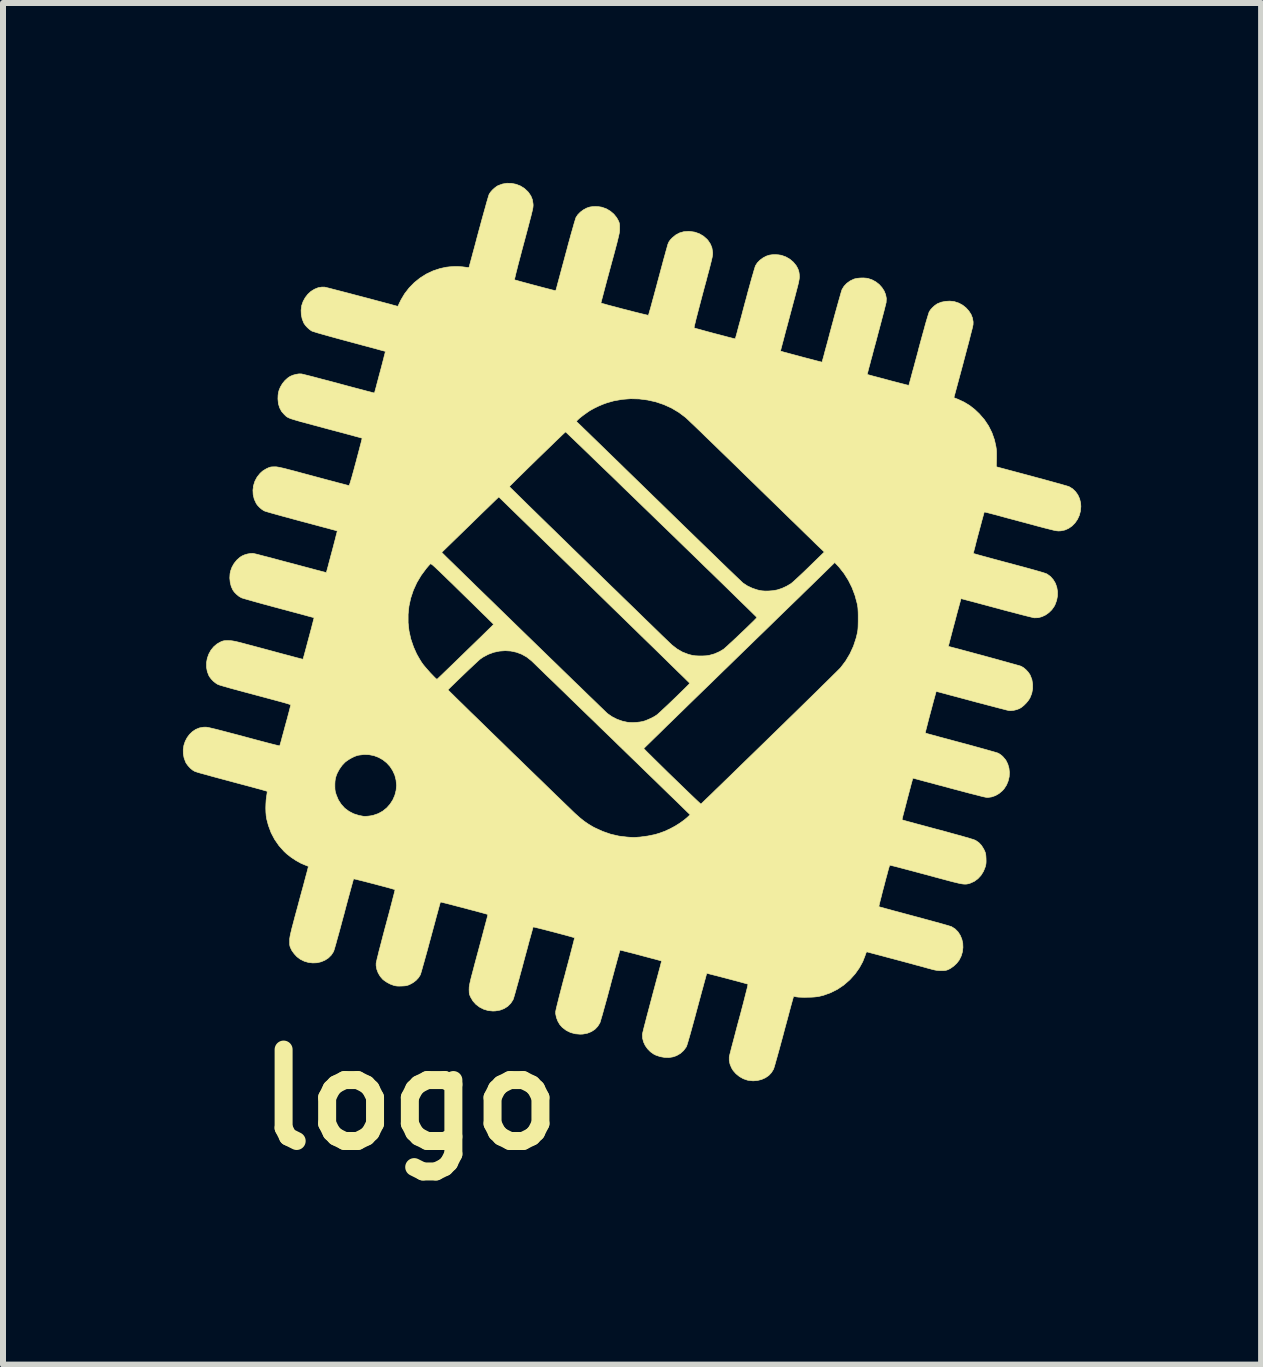
<source format=kicad_pcb>
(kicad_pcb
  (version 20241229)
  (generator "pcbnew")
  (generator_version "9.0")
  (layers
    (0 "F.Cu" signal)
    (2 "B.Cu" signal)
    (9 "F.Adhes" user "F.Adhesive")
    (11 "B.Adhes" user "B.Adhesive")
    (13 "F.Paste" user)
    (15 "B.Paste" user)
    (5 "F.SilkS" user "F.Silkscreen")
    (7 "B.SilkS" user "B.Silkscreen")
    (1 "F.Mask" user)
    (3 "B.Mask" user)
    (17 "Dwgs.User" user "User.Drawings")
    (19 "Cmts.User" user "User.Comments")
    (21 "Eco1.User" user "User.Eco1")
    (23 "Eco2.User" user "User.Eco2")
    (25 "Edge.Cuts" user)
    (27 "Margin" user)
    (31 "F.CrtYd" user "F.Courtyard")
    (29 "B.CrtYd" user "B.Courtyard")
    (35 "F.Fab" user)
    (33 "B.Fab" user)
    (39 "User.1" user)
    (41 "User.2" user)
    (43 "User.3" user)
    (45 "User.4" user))
  (footprint "logo"
    (layer "F.Cu")
    (at 7.483 7.483)
    (property "Reference" "logo" (at -3.7 7.8 0) (layer "F.SilkS") (effects (font (size 1.524 1.524) (thickness 0.3))))
    (attr through_hole)
    (fp_poly (pts (xy -2.004 -7.476) (xy -1.929 -7.461) (xy -1.857 -7.433) (xy -1.792 -7.393) (xy -1.735 -7.34) (xy -1.721 -7.324) (xy -1.682 -7.266) (xy -1.657 -7.204) (xy -1.646 -7.134) (xy -1.646 -7.13) (xy -1.645 -7.119) (xy -1.645 -7.107) (xy -1.646 -7.095) (xy -1.647 -7.08) (xy -1.65 -7.061) (xy -1.655 -7.038) (xy -1.661 -7.01) (xy -1.67 -6.975) (xy -1.68 -6.932) (xy -1.694 -6.88) (xy -1.71 -6.818) (xy -1.729 -6.745) (xy -1.752 -6.659) (xy -1.778 -6.561) (xy -1.802 -6.472) (xy -1.831 -6.364) (xy -1.857 -6.264) (xy -1.881 -6.174) (xy -1.902 -6.094) (xy -1.919 -6.025) (xy -1.934 -5.967) (xy -1.944 -5.922) (xy -1.952 -5.89) (xy -1.955 -5.872) (xy -1.955 -5.869) (xy -1.945 -5.865) (xy -1.922 -5.859) (xy -1.888 -5.849) (xy -1.845 -5.837) (xy -1.794 -5.823) (xy -1.737 -5.808) (xy -1.676 -5.791) (xy -1.614 -5.775) (xy -1.551 -5.758) (xy -1.49 -5.742) (xy -1.433 -5.727) (xy -1.381 -5.714) (xy -1.337 -5.702) (xy -1.302 -5.694) (xy -1.279 -5.688) (xy -1.268 -5.686) (xy -1.268 -5.686) (xy -1.265 -5.694) (xy -1.259 -5.716) (xy -1.249 -5.751) (xy -1.237 -5.798) (xy -1.221 -5.856) (xy -1.203 -5.923) (xy -1.183 -5.998) (xy -1.161 -6.08) (xy -1.137 -6.168) (xy -1.112 -6.261) (xy -1.108 -6.277) (xy -1.082 -6.372) (xy -1.058 -6.464) (xy -1.034 -6.55) (xy -1.012 -6.631) (xy -0.991 -6.703) (xy -0.973 -6.767) (xy -0.958 -6.82) (xy -0.945 -6.862) (xy -0.936 -6.891) (xy -0.931 -6.906) (xy -0.931 -6.906) (xy -0.9 -6.953) (xy -0.857 -6.997) (xy -0.806 -7.035) (xy -0.75 -7.065) (xy -0.698 -7.082) (xy -0.655 -7.088) (xy -0.604 -7.09) (xy -0.551 -7.087) (xy -0.505 -7.08) (xy -0.497 -7.078) (xy -0.424 -7.052) (xy -0.358 -7.013) (xy -0.3 -6.964) (xy -0.253 -6.906) (xy -0.228 -6.862) (xy -0.216 -6.837) (xy -0.209 -6.816) (xy -0.205 -6.794) (xy -0.203 -6.767) (xy -0.203 -6.73) (xy -0.203 -6.725) (xy -0.203 -6.709) (xy -0.203 -6.695) (xy -0.204 -6.68) (xy -0.206 -6.663) (xy -0.209 -6.644) (xy -0.214 -6.622) (xy -0.22 -6.594) (xy -0.228 -6.561) (xy -0.238 -6.52) (xy -0.25 -6.471) (xy -0.266 -6.412) (xy -0.284 -6.343) (xy -0.306 -6.261) (xy -0.332 -6.167) (xy -0.36 -6.063) (xy -0.385 -5.97) (xy -0.409 -5.882) (xy -0.431 -5.799) (xy -0.451 -5.724) (xy -0.469 -5.656) (xy -0.484 -5.598) (xy -0.497 -5.55) (xy -0.506 -5.514) (xy -0.512 -5.491) (xy -0.514 -5.482) (xy -0.514 -5.482) (xy -0.505 -5.478) (xy -0.482 -5.471) (xy -0.448 -5.462) (xy -0.404 -5.449) (xy -0.352 -5.435) (xy -0.293 -5.42) (xy -0.229 -5.403) (xy -0.163 -5.385) (xy -0.095 -5.368) (xy -0.028 -5.351) (xy 0.036 -5.334) (xy 0.097 -5.319) (xy 0.152 -5.305) (xy 0.199 -5.294) (xy 0.236 -5.285) (xy 0.262 -5.279) (xy 0.276 -5.277) (xy 0.277 -5.277) (xy 0.28 -5.286) (xy 0.287 -5.308) (xy 0.297 -5.344) (xy 0.311 -5.391) (xy 0.327 -5.449) (xy 0.345 -5.517) (xy 0.366 -5.592) (xy 0.388 -5.674) (xy 0.412 -5.762) (xy 0.436 -5.854) (xy 0.437 -5.856) (xy 0.462 -5.949) (xy 0.486 -6.039) (xy 0.509 -6.124) (xy 0.53 -6.203) (xy 0.55 -6.274) (xy 0.567 -6.337) (xy 0.582 -6.389) (xy 0.593 -6.43) (xy 0.601 -6.458) (xy 0.606 -6.471) (xy 0.62 -6.502) (xy 0.642 -6.533) (xy 0.674 -6.567) (xy 0.733 -6.616) (xy 0.797 -6.65) (xy 0.866 -6.67) (xy 0.942 -6.676) (xy 0.969 -6.675) (xy 1.051 -6.663) (xy 1.127 -6.636) (xy 1.195 -6.596) (xy 1.254 -6.544) (xy 1.272 -6.523) (xy 1.311 -6.464) (xy 1.336 -6.402) (xy 1.347 -6.333) (xy 1.348 -6.328) (xy 1.348 -6.317) (xy 1.348 -6.305) (xy 1.348 -6.293) (xy 1.346 -6.278) (xy 1.343 -6.259) (xy 1.339 -6.237) (xy 1.332 -6.208) (xy 1.324 -6.173) (xy 1.313 -6.13) (xy 1.3 -6.078) (xy 1.284 -6.017) (xy 1.264 -5.944) (xy 1.242 -5.858) (xy 1.215 -5.76) (xy 1.191 -5.67) (xy 1.161 -5.557) (xy 1.134 -5.454) (xy 1.11 -5.362) (xy 1.089 -5.281) (xy 1.071 -5.212) (xy 1.058 -5.156) (xy 1.047 -5.113) (xy 1.041 -5.083) (xy 1.039 -5.068) (xy 1.039 -5.066) (xy 1.048 -5.063) (xy 1.071 -5.056) (xy 1.105 -5.047) (xy 1.149 -5.035) (xy 1.2 -5.021) (xy 1.257 -5.005) (xy 1.318 -4.989) (xy 1.38 -4.972) (xy 1.443 -4.956) (xy 1.504 -4.94) (xy 1.561 -4.925) (xy 1.613 -4.911) (xy 1.657 -4.9) (xy 1.691 -4.891) (xy 1.715 -4.886) (xy 1.725 -4.884) (xy 1.726 -4.884) (xy 1.728 -4.892) (xy 1.734 -4.914) (xy 1.744 -4.949) (xy 1.757 -4.996) (xy 1.772 -5.054) (xy 1.79 -5.121) (xy 1.811 -5.196) (xy 1.833 -5.278) (xy 1.856 -5.366) (xy 1.881 -5.459) (xy 1.885 -5.475) (xy 1.911 -5.569) (xy 1.935 -5.661) (xy 1.959 -5.747) (xy 1.981 -5.827) (xy 2.001 -5.899) (xy 2.02 -5.963) (xy 2.035 -6.016) (xy 2.048 -6.059) (xy 2.057 -6.088) (xy 2.063 -6.104) (xy 2.063 -6.104) (xy 2.093 -6.151) (xy 2.136 -6.195) (xy 2.187 -6.233) (xy 2.243 -6.263) (xy 2.296 -6.28) (xy 2.339 -6.286) (xy 2.39 -6.288) (xy 2.442 -6.285) (xy 2.488 -6.278) (xy 2.497 -6.276) (xy 2.569 -6.25) (xy 2.635 -6.212) (xy 2.693 -6.163) (xy 2.74 -6.106) (xy 2.765 -6.061) (xy 2.779 -6.027) (xy 2.787 -5.997) (xy 2.792 -5.962) (xy 2.793 -5.939) (xy 2.794 -5.927) (xy 2.794 -5.914) (xy 2.793 -5.901) (xy 2.792 -5.887) (xy 2.789 -5.869) (xy 2.785 -5.848) (xy 2.78 -5.821) (xy 2.772 -5.788) (xy 2.762 -5.748) (xy 2.749 -5.699) (xy 2.734 -5.641) (xy 2.716 -5.572) (xy 2.694 -5.491) (xy 2.669 -5.397) (xy 2.64 -5.289) (xy 2.637 -5.277) (xy 2.612 -5.183) (xy 2.588 -5.093) (xy 2.565 -5.009) (xy 2.545 -4.932) (xy 2.527 -4.863) (xy 2.511 -4.804) (xy 2.498 -4.754) (xy 2.488 -4.716) (xy 2.482 -4.691) (xy 2.48 -4.68) (xy 2.48 -4.68) (xy 2.488 -4.677) (xy 2.509 -4.671) (xy 2.542 -4.661) (xy 2.585 -4.65) (xy 2.636 -4.636) (xy 2.692 -4.621) (xy 2.753 -4.605) (xy 2.815 -4.588) (xy 2.878 -4.571) (xy 2.94 -4.555) (xy 2.998 -4.54) (xy 3.051 -4.526) (xy 3.096 -4.514) (xy 3.133 -4.505) (xy 3.158 -4.498) (xy 3.171 -4.496) (xy 3.172 -4.495) (xy 3.174 -4.503) (xy 3.18 -4.525) (xy 3.19 -4.56) (xy 3.203 -4.607) (xy 3.218 -4.665) (xy 3.236 -4.731) (xy 3.257 -4.807) (xy 3.279 -4.889) (xy 3.302 -4.977) (xy 3.327 -5.069) (xy 3.33 -5.082) (xy 3.356 -5.176) (xy 3.38 -5.267) (xy 3.404 -5.353) (xy 3.426 -5.432) (xy 3.446 -5.504) (xy 3.464 -5.567) (xy 3.479 -5.62) (xy 3.491 -5.662) (xy 3.5 -5.691) (xy 3.505 -5.706) (xy 3.505 -5.706) (xy 3.538 -5.76) (xy 3.584 -5.809) (xy 3.639 -5.849) (xy 3.701 -5.879) (xy 3.717 -5.884) (xy 3.759 -5.893) (xy 3.81 -5.898) (xy 3.863 -5.899) (xy 3.913 -5.895) (xy 3.938 -5.891) (xy 4.006 -5.868) (xy 4.069 -5.834) (xy 4.124 -5.791) (xy 4.17 -5.74) (xy 4.207 -5.683) (xy 4.232 -5.622) (xy 4.244 -5.559) (xy 4.241 -5.496) (xy 4.241 -5.491) (xy 4.237 -5.476) (xy 4.23 -5.446) (xy 4.219 -5.404) (xy 4.206 -5.351) (xy 4.189 -5.287) (xy 4.17 -5.215) (xy 4.149 -5.135) (xy 4.126 -5.049) (xy 4.102 -4.959) (xy 4.078 -4.867) (xy 4.053 -4.775) (xy 4.029 -4.687) (xy 4.008 -4.605) (xy 3.987 -4.53) (xy 3.97 -4.463) (xy 3.954 -4.405) (xy 3.942 -4.358) (xy 3.933 -4.322) (xy 3.927 -4.299) (xy 3.925 -4.291) (xy 3.925 -4.291) (xy 3.933 -4.288) (xy 3.955 -4.282) (xy 3.988 -4.273) (xy 4.031 -4.261) (xy 4.081 -4.248) (xy 4.138 -4.233) (xy 4.199 -4.217) (xy 4.261 -4.2) (xy 4.324 -4.183) (xy 4.386 -4.167) (xy 4.444 -4.152) (xy 4.497 -4.138) (xy 4.542 -4.127) (xy 4.579 -4.117) (xy 4.605 -4.111) (xy 4.617 -4.108) (xy 4.619 -4.108) (xy 4.621 -4.116) (xy 4.627 -4.138) (xy 4.637 -4.173) (xy 4.65 -4.22) (xy 4.665 -4.277) (xy 4.683 -4.344) (xy 4.704 -4.419) (xy 4.726 -4.502) (xy 4.75 -4.59) (xy 4.775 -4.683) (xy 4.78 -4.705) (xy 4.814 -4.831) (xy 4.845 -4.944) (xy 4.873 -5.044) (xy 4.896 -5.13) (xy 4.917 -5.201) (xy 4.934 -5.258) (xy 4.947 -5.3) (xy 4.956 -5.328) (xy 4.961 -5.338) (xy 4.983 -5.371) (xy 5.014 -5.405) (xy 5.05 -5.438) (xy 5.085 -5.463) (xy 5.097 -5.47) (xy 5.16 -5.495) (xy 5.23 -5.509) (xy 5.302 -5.513) (xy 5.372 -5.506) (xy 5.383 -5.503) (xy 5.453 -5.48) (xy 5.517 -5.445) (xy 5.572 -5.401) (xy 5.619 -5.349) (xy 5.656 -5.292) (xy 5.68 -5.231) (xy 5.691 -5.167) (xy 5.69 -5.122) (xy 5.687 -5.107) (xy 5.681 -5.078) (xy 5.671 -5.037) (xy 5.657 -4.984) (xy 5.641 -4.921) (xy 5.623 -4.849) (xy 5.602 -4.77) (xy 5.579 -4.684) (xy 5.555 -4.593) (xy 5.53 -4.499) (xy 5.528 -4.49) (xy 5.37 -3.903) (xy 5.436 -3.877) (xy 5.538 -3.83) (xy 5.631 -3.774) (xy 5.717 -3.707) (xy 5.793 -3.635) (xy 5.878 -3.537) (xy 5.948 -3.432) (xy 6.004 -3.32) (xy 6.046 -3.201) (xy 6.07 -3.094) (xy 6.076 -3.056) (xy 6.08 -3.018) (xy 6.081 -2.975) (xy 6.081 -2.924) (xy 6.081 -2.884) (xy 6.077 -2.751) (xy 6.665 -2.594) (xy 6.76 -2.568) (xy 6.851 -2.544) (xy 6.937 -2.52) (xy 7.017 -2.498) (xy 7.089 -2.478) (xy 7.152 -2.461) (xy 7.206 -2.445) (xy 7.248 -2.433) (xy 7.277 -2.424) (xy 7.292 -2.419) (xy 7.293 -2.418) (xy 7.349 -2.384) (xy 7.397 -2.338) (xy 7.437 -2.282) (xy 7.466 -2.218) (xy 7.483 -2.148) (xy 7.487 -2.089) (xy 7.48 -2.012) (xy 7.461 -1.94) (xy 7.43 -1.873) (xy 7.389 -1.814) (xy 7.34 -1.764) (xy 7.284 -1.725) (xy 7.222 -1.697) (xy 7.155 -1.683) (xy 7.118 -1.681) (xy 7.11 -1.681) (xy 7.101 -1.682) (xy 7.091 -1.683) (xy 7.08 -1.684) (xy 7.066 -1.687) (xy 7.048 -1.69) (xy 7.026 -1.695) (xy 6.999 -1.702) (xy 6.966 -1.71) (xy 6.926 -1.72) (xy 6.878 -1.732) (xy 6.822 -1.747) (xy 6.757 -1.764) (xy 6.681 -1.785) (xy 6.595 -1.808) (xy 6.497 -1.834) (xy 6.386 -1.864) (xy 6.261 -1.897) (xy 6.123 -1.935) (xy 6.086 -1.945) (xy 6.032 -1.959) (xy 5.982 -1.972) (xy 5.94 -1.983) (xy 5.907 -1.991) (xy 5.886 -1.996) (xy 5.877 -1.997) (xy 5.877 -1.997) (xy 5.874 -1.989) (xy 5.868 -1.967) (xy 5.859 -1.934) (xy 5.847 -1.891) (xy 5.833 -1.84) (xy 5.818 -1.783) (xy 5.802 -1.723) (xy 5.785 -1.66) (xy 5.768 -1.597) (xy 5.752 -1.536) (xy 5.737 -1.478) (xy 5.724 -1.425) (xy 5.712 -1.38) (xy 5.703 -1.344) (xy 5.697 -1.319) (xy 5.695 -1.307) (xy 5.695 -1.306) (xy 5.703 -1.303) (xy 5.725 -1.297) (xy 5.76 -1.287) (xy 5.807 -1.274) (xy 5.865 -1.258) (xy 5.932 -1.24) (xy 6.008 -1.219) (xy 6.09 -1.197) (xy 6.179 -1.173) (xy 6.272 -1.148) (xy 6.293 -1.143) (xy 6.421 -1.108) (xy 6.534 -1.078) (xy 6.632 -1.051) (xy 6.715 -1.028) (xy 6.785 -1.008) (xy 6.84 -0.992) (xy 6.881 -0.979) (xy 6.909 -0.969) (xy 6.923 -0.963) (xy 6.981 -0.921) (xy 7.027 -0.868) (xy 7.063 -0.808) (xy 7.086 -0.741) (xy 7.098 -0.67) (xy 7.097 -0.597) (xy 7.083 -0.523) (xy 7.056 -0.45) (xy 7.041 -0.422) (xy 7.002 -0.367) (xy 6.953 -0.319) (xy 6.898 -0.28) (xy 6.838 -0.252) (xy 6.777 -0.235) (xy 6.716 -0.233) (xy 6.709 -0.233) (xy 6.695 -0.236) (xy 6.666 -0.243) (xy 6.625 -0.253) (xy 6.572 -0.266) (xy 6.509 -0.282) (xy 6.437 -0.301) (xy 6.358 -0.322) (xy 6.272 -0.344) (xy 6.181 -0.368) (xy 6.087 -0.394) (xy 6.078 -0.396) (xy 5.985 -0.421) (xy 5.896 -0.445) (xy 5.813 -0.467) (xy 5.736 -0.488) (xy 5.668 -0.506) (xy 5.609 -0.521) (xy 5.561 -0.534) (xy 5.524 -0.544) (xy 5.5 -0.55) (xy 5.49 -0.553) (xy 5.489 -0.553) (xy 5.487 -0.545) (xy 5.481 -0.524) (xy 5.472 -0.49) (xy 5.46 -0.447) (xy 5.446 -0.395) (xy 5.43 -0.337) (xy 5.413 -0.274) (xy 5.396 -0.208) (xy 5.378 -0.14) (xy 5.36 -0.074) (xy 5.343 -0.009) (xy 5.327 0.052) (xy 5.313 0.107) (xy 5.3 0.154) (xy 5.291 0.192) (xy 5.284 0.219) (xy 5.28 0.233) (xy 5.28 0.235) (xy 5.283 0.245) (xy 5.285 0.246) (xy 5.295 0.248) (xy 5.32 0.254) (xy 5.356 0.264) (xy 5.404 0.276) (xy 5.461 0.291) (xy 5.527 0.309) (xy 5.598 0.328) (xy 5.676 0.349) (xy 5.756 0.371) (xy 5.84 0.393) (xy 5.923 0.416) (xy 6.007 0.439) (xy 6.088 0.461) (xy 6.166 0.483) (xy 6.239 0.503) (xy 6.306 0.522) (xy 6.364 0.538) (xy 6.414 0.552) (xy 6.453 0.563) (xy 6.48 0.571) (xy 6.493 0.576) (xy 6.493 0.576) (xy 6.532 0.599) (xy 6.572 0.633) (xy 6.608 0.672) (xy 6.636 0.712) (xy 6.641 0.721) (xy 6.67 0.794) (xy 6.683 0.872) (xy 6.683 0.95) (xy 6.668 1.028) (xy 6.638 1.103) (xy 6.636 1.107) (xy 6.61 1.147) (xy 6.575 1.189) (xy 6.536 1.228) (xy 6.495 1.261) (xy 6.463 1.28) (xy 6.416 1.298) (xy 6.366 1.31) (xy 6.318 1.315) (xy 6.287 1.313) (xy 6.274 1.31) (xy 6.246 1.304) (xy 6.206 1.293) (xy 6.154 1.28) (xy 6.092 1.264) (xy 6.021 1.245) (xy 5.943 1.225) (xy 5.858 1.202) (xy 5.768 1.179) (xy 5.675 1.154) (xy 5.579 1.128) (xy 5.482 1.102) (xy 5.385 1.076) (xy 5.29 1.051) (xy 5.225 1.033) (xy 5.179 1.021) (xy 5.139 1.01) (xy 5.107 1.002) (xy 5.085 0.997) (xy 5.076 0.996) (xy 5.075 0.996) (xy 5.072 1.004) (xy 5.066 1.026) (xy 5.057 1.06) (xy 5.045 1.103) (xy 5.031 1.153) (xy 5.016 1.21) (xy 5 1.271) (xy 4.983 1.334) (xy 4.966 1.397) (xy 4.95 1.458) (xy 4.935 1.516) (xy 4.922 1.568) (xy 4.91 1.614) (xy 4.901 1.65) (xy 4.895 1.675) (xy 4.893 1.687) (xy 4.893 1.688) (xy 4.901 1.69) (xy 4.923 1.697) (xy 4.958 1.707) (xy 5.006 1.72) (xy 5.063 1.735) (xy 5.13 1.754) (xy 5.205 1.774) (xy 5.288 1.796) (xy 5.376 1.82) (xy 5.469 1.845) (xy 5.484 1.849) (xy 5.579 1.874) (xy 5.67 1.899) (xy 5.756 1.923) (xy 5.836 1.945) (xy 5.908 1.965) (xy 5.971 1.983) (xy 6.024 1.998) (xy 6.066 2.01) (xy 6.095 2.019) (xy 6.11 2.025) (xy 6.111 2.025) (xy 6.137 2.041) (xy 6.167 2.063) (xy 6.19 2.085) (xy 6.236 2.14) (xy 6.268 2.204) (xy 6.288 2.272) (xy 6.296 2.344) (xy 6.292 2.417) (xy 6.275 2.488) (xy 6.247 2.556) (xy 6.206 2.619) (xy 6.177 2.651) (xy 6.122 2.697) (xy 6.063 2.731) (xy 6 2.753) (xy 5.938 2.762) (xy 5.907 2.76) (xy 5.893 2.757) (xy 5.864 2.751) (xy 5.823 2.741) (xy 5.77 2.727) (xy 5.707 2.711) (xy 5.635 2.693) (xy 5.556 2.672) (xy 5.47 2.649) (xy 5.379 2.625) (xy 5.285 2.6) (xy 5.276 2.597) (xy 5.183 2.572) (xy 5.094 2.549) (xy 5.011 2.526) (xy 4.934 2.506) (xy 4.866 2.488) (xy 4.807 2.472) (xy 4.759 2.459) (xy 4.722 2.449) (xy 4.698 2.443) (xy 4.688 2.441) (xy 4.687 2.441) (xy 4.684 2.449) (xy 4.678 2.47) (xy 4.669 2.503) (xy 4.657 2.546) (xy 4.644 2.597) (xy 4.629 2.653) (xy 4.613 2.714) (xy 4.596 2.777) (xy 4.58 2.84) (xy 4.564 2.901) (xy 4.549 2.96) (xy 4.535 3.012) (xy 4.523 3.058) (xy 4.514 3.095) (xy 4.508 3.12) (xy 4.506 3.133) (xy 4.506 3.135) (xy 4.514 3.137) (xy 4.536 3.144) (xy 4.571 3.154) (xy 4.618 3.167) (xy 4.676 3.182) (xy 4.743 3.201) (xy 4.819 3.221) (xy 4.901 3.243) (xy 4.989 3.267) (xy 5.082 3.292) (xy 5.098 3.296) (xy 5.218 3.328) (xy 5.322 3.357) (xy 5.413 3.382) (xy 5.491 3.403) (xy 5.556 3.422) (xy 5.611 3.437) (xy 5.654 3.451) (xy 5.688 3.461) (xy 5.713 3.47) (xy 5.73 3.477) (xy 5.734 3.479) (xy 5.786 3.515) (xy 5.83 3.562) (xy 5.868 3.623) (xy 5.874 3.636) (xy 5.887 3.664) (xy 5.896 3.688) (xy 5.901 3.712) (xy 5.904 3.742) (xy 5.906 3.78) (xy 5.907 3.823) (xy 5.906 3.856) (xy 5.902 3.884) (xy 5.895 3.913) (xy 5.893 3.92) (xy 5.863 3.995) (xy 5.821 4.062) (xy 5.77 4.117) (xy 5.71 4.161) (xy 5.643 4.191) (xy 5.637 4.193) (xy 5.615 4.2) (xy 5.594 4.204) (xy 5.573 4.207) (xy 5.549 4.207) (xy 5.522 4.205) (xy 5.489 4.2) (xy 5.45 4.192) (xy 5.401 4.18) (xy 5.342 4.166) (xy 5.271 4.147) (xy 5.193 4.126) (xy 5.05 4.088) (xy 4.923 4.053) (xy 4.809 4.023) (xy 4.709 3.996) (xy 4.622 3.973) (xy 4.546 3.953) (xy 4.482 3.936) (xy 4.429 3.922) (xy 4.386 3.911) (xy 4.353 3.903) (xy 4.328 3.897) (xy 4.311 3.893) (xy 4.302 3.891) (xy 4.3 3.891) (xy 4.297 3.9) (xy 4.29 3.922) (xy 4.28 3.956) (xy 4.268 3.999) (xy 4.255 4.05) (xy 4.239 4.107) (xy 4.223 4.168) (xy 4.207 4.231) (xy 4.19 4.294) (xy 4.174 4.355) (xy 4.16 4.413) (xy 4.146 4.465) (xy 4.135 4.51) (xy 4.127 4.545) (xy 4.121 4.57) (xy 4.119 4.582) (xy 4.119 4.582) (xy 4.128 4.585) (xy 4.15 4.592) (xy 4.186 4.601) (xy 4.233 4.615) (xy 4.291 4.63) (xy 4.358 4.649) (xy 4.434 4.669) (xy 4.516 4.691) (xy 4.605 4.715) (xy 4.698 4.74) (xy 4.712 4.744) (xy 4.807 4.769) (xy 4.897 4.794) (xy 4.983 4.817) (xy 5.062 4.839) (xy 5.133 4.858) (xy 5.196 4.876) (xy 5.248 4.891) (xy 5.289 4.903) (xy 5.317 4.912) (xy 5.331 4.916) (xy 5.332 4.917) (xy 5.39 4.954) (xy 5.438 5.002) (xy 5.475 5.059) (xy 5.502 5.123) (xy 5.518 5.191) (xy 5.521 5.262) (xy 5.513 5.334) (xy 5.492 5.405) (xy 5.459 5.472) (xy 5.455 5.478) (xy 5.417 5.527) (xy 5.368 5.573) (xy 5.316 5.61) (xy 5.29 5.624) (xy 5.264 5.636) (xy 5.242 5.643) (xy 5.22 5.647) (xy 5.191 5.649) (xy 5.157 5.649) (xy 5.119 5.648) (xy 5.086 5.645) (xy 5.052 5.639) (xy 5.013 5.63) (xy 4.974 5.619) (xy 4.946 5.612) (xy 4.907 5.601) (xy 4.857 5.587) (xy 4.798 5.571) (xy 4.733 5.554) (xy 4.662 5.534) (xy 4.587 5.514) (xy 4.509 5.493) (xy 4.43 5.472) (xy 4.352 5.451) (xy 4.275 5.431) (xy 4.202 5.411) (xy 4.134 5.393) (xy 4.073 5.377) (xy 4.019 5.363) (xy 3.975 5.351) (xy 3.942 5.342) (xy 3.922 5.337) (xy 3.916 5.336) (xy 3.911 5.343) (xy 3.903 5.361) (xy 3.893 5.388) (xy 3.891 5.396) (xy 3.85 5.501) (xy 3.794 5.603) (xy 3.725 5.701) (xy 3.644 5.792) (xy 3.629 5.807) (xy 3.532 5.891) (xy 3.428 5.961) (xy 3.316 6.017) (xy 3.197 6.06) (xy 3.12 6.079) (xy 3.087 6.084) (xy 3.042 6.089) (xy 2.99 6.092) (xy 2.935 6.093) (xy 2.879 6.094) (xy 2.827 6.093) (xy 2.781 6.091) (xy 2.746 6.087) (xy 2.733 6.084) (xy 2.712 6.08) (xy 2.699 6.08) (xy 2.696 6.081) (xy 2.694 6.089) (xy 2.688 6.112) (xy 2.678 6.147) (xy 2.665 6.194) (xy 2.649 6.252) (xy 2.631 6.319) (xy 2.611 6.395) (xy 2.589 6.477) (xy 2.565 6.565) (xy 2.54 6.658) (xy 2.537 6.67) (xy 2.512 6.764) (xy 2.487 6.855) (xy 2.464 6.941) (xy 2.442 7.02) (xy 2.422 7.092) (xy 2.404 7.155) (xy 2.389 7.209) (xy 2.377 7.25) (xy 2.368 7.279) (xy 2.362 7.294) (xy 2.362 7.295) (xy 2.328 7.35) (xy 2.283 7.398) (xy 2.227 7.436) (xy 2.164 7.464) (xy 2.095 7.481) (xy 2.022 7.487) (xy 1.948 7.479) (xy 1.927 7.475) (xy 1.858 7.451) (xy 1.795 7.415) (xy 1.738 7.369) (xy 1.691 7.316) (xy 1.663 7.27) (xy 1.637 7.206) (xy 1.625 7.147) (xy 1.625 7.091) (xy 1.627 7.077) (xy 1.631 7.062) (xy 1.638 7.033) (xy 1.649 6.991) (xy 1.662 6.938) (xy 1.679 6.874) (xy 1.698 6.803) (xy 1.719 6.723) (xy 1.741 6.638) (xy 1.765 6.547) (xy 1.79 6.455) (xy 1.815 6.363) (xy 1.838 6.275) (xy 1.86 6.192) (xy 1.879 6.117) (xy 1.896 6.05) (xy 1.911 5.991) (xy 1.923 5.944) (xy 1.931 5.908) (xy 1.936 5.885) (xy 1.938 5.876) (xy 1.938 5.876) (xy 1.928 5.872) (xy 1.905 5.866) (xy 1.871 5.856) (xy 1.827 5.844) (xy 1.776 5.83) (xy 1.719 5.815) (xy 1.658 5.799) (xy 1.595 5.782) (xy 1.533 5.766) (xy 1.472 5.75) (xy 1.415 5.735) (xy 1.363 5.722) (xy 1.319 5.711) (xy 1.284 5.702) (xy 1.261 5.696) (xy 1.251 5.694) (xy 1.25 5.695) (xy 1.248 5.703) (xy 1.241 5.725) (xy 1.232 5.76) (xy 1.219 5.807) (xy 1.203 5.865) (xy 1.185 5.932) (xy 1.164 6.007) (xy 1.142 6.09) (xy 1.118 6.178) (xy 1.093 6.272) (xy 1.087 6.293) (xy 1.053 6.421) (xy 1.022 6.534) (xy 0.995 6.632) (xy 0.972 6.715) (xy 0.952 6.784) (xy 0.936 6.839) (xy 0.923 6.881) (xy 0.914 6.908) (xy 0.907 6.923) (xy 0.907 6.923) (xy 0.864 6.981) (xy 0.81 7.03) (xy 0.746 7.067) (xy 0.688 7.087) (xy 0.62 7.098) (xy 0.547 7.096) (xy 0.473 7.083) (xy 0.402 7.059) (xy 0.366 7.041) (xy 0.311 7.002) (xy 0.263 6.953) (xy 0.224 6.898) (xy 0.196 6.838) (xy 0.18 6.776) (xy 0.177 6.716) (xy 0.178 6.709) (xy 0.18 6.695) (xy 0.187 6.666) (xy 0.197 6.625) (xy 0.21 6.572) (xy 0.227 6.509) (xy 0.245 6.437) (xy 0.266 6.358) (xy 0.289 6.272) (xy 0.313 6.181) (xy 0.338 6.087) (xy 0.34 6.078) (xy 0.365 5.985) (xy 0.389 5.896) (xy 0.411 5.813) (xy 0.432 5.736) (xy 0.45 5.668) (xy 0.466 5.609) (xy 0.479 5.561) (xy 0.488 5.524) (xy 0.495 5.5) (xy 0.497 5.489) (xy 0.497 5.489) (xy 0.489 5.486) (xy 0.468 5.48) (xy 0.435 5.471) (xy 0.392 5.459) (xy 0.341 5.446) (xy 0.285 5.431) (xy 0.224 5.415) (xy 0.161 5.398) (xy 0.098 5.381) (xy 0.037 5.365) (xy -0.021 5.35) (xy -0.074 5.337) (xy -0.12 5.325) (xy -0.156 5.316) (xy -0.182 5.31) (xy -0.195 5.307) (xy -0.196 5.307) (xy -0.199 5.315) (xy -0.205 5.337) (xy -0.215 5.373) (xy -0.228 5.42) (xy -0.244 5.477) (xy -0.262 5.544) (xy -0.283 5.619) (xy -0.305 5.702) (xy -0.329 5.79) (xy -0.354 5.883) (xy -0.357 5.898) (xy -0.383 5.992) (xy -0.407 6.083) (xy -0.431 6.169) (xy -0.453 6.248) (xy -0.473 6.32) (xy -0.49 6.383) (xy -0.506 6.435) (xy -0.518 6.477) (xy -0.526 6.505) (xy -0.532 6.52) (xy -0.532 6.521) (xy -0.568 6.579) (xy -0.615 6.628) (xy -0.673 6.666) (xy -0.74 6.693) (xy -0.814 6.707) (xy -0.86 6.709) (xy -0.943 6.702) (xy -1.021 6.681) (xy -1.092 6.646) (xy -1.155 6.598) (xy -1.158 6.596) (xy -1.201 6.547) (xy -1.234 6.49) (xy -1.257 6.429) (xy -1.269 6.368) (xy -1.269 6.331) (xy -1.266 6.316) (xy -1.26 6.287) (xy -1.25 6.245) (xy -1.237 6.192) (xy -1.221 6.128) (xy -1.203 6.056) (xy -1.182 5.976) (xy -1.16 5.89) (xy -1.136 5.799) (xy -1.11 5.705) (xy -1.108 5.695) (xy -1.083 5.601) (xy -1.059 5.512) (xy -1.037 5.429) (xy -1.017 5.352) (xy -0.999 5.283) (xy -0.984 5.224) (xy -0.971 5.175) (xy -0.962 5.138) (xy -0.956 5.113) (xy -0.954 5.102) (xy -0.954 5.102) (xy -0.963 5.098) (xy -0.985 5.092) (xy -1.019 5.082) (xy -1.062 5.07) (xy -1.113 5.056) (xy -1.17 5.041) (xy -1.23 5.025) (xy -1.293 5.008) (xy -1.356 4.992) (xy -1.417 4.976) (xy -1.475 4.961) (xy -1.527 4.948) (xy -1.572 4.937) (xy -1.608 4.928) (xy -1.632 4.923) (xy -1.644 4.921) (xy -1.644 4.921) (xy -1.647 4.929) (xy -1.653 4.952) (xy -1.663 4.988) (xy -1.676 5.035) (xy -1.692 5.093) (xy -1.711 5.16) (xy -1.731 5.236) (xy -1.753 5.318) (xy -1.777 5.406) (xy -1.802 5.499) (xy -1.806 5.514) (xy -1.831 5.609) (xy -1.856 5.699) (xy -1.879 5.785) (xy -1.901 5.864) (xy -1.921 5.935) (xy -1.938 5.998) (xy -1.953 6.05) (xy -1.965 6.091) (xy -1.974 6.119) (xy -1.979 6.133) (xy -1.979 6.134) (xy -2.018 6.194) (xy -2.068 6.244) (xy -2.128 6.282) (xy -2.196 6.308) (xy -2.273 6.321) (xy -2.315 6.323) (xy -2.394 6.315) (xy -2.468 6.293) (xy -2.537 6.258) (xy -2.598 6.212) (xy -2.649 6.155) (xy -2.686 6.092) (xy -2.698 6.065) (xy -2.706 6.042) (xy -2.71 6.018) (xy -2.711 5.988) (xy -2.712 5.963) (xy -2.711 5.948) (xy -2.711 5.934) (xy -2.71 5.919) (xy -2.707 5.903) (xy -2.704 5.882) (xy -2.699 5.858) (xy -2.692 5.828) (xy -2.684 5.792) (xy -2.673 5.748) (xy -2.659 5.695) (xy -2.642 5.632) (xy -2.623 5.558) (xy -2.6 5.472) (xy -2.573 5.372) (xy -2.554 5.302) (xy -2.529 5.208) (xy -2.505 5.119) (xy -2.483 5.036) (xy -2.463 4.96) (xy -2.445 4.892) (xy -2.429 4.833) (xy -2.416 4.784) (xy -2.407 4.748) (xy -2.401 4.723) (xy -2.399 4.713) (xy -2.399 4.713) (xy -2.408 4.71) (xy -2.43 4.704) (xy -2.464 4.694) (xy -2.508 4.682) (xy -2.56 4.668) (xy -2.618 4.652) (xy -2.682 4.636) (xy -2.748 4.618) (xy -2.815 4.6) (xy -2.882 4.583) (xy -2.947 4.566) (xy -3.007 4.55) (xy -3.062 4.536) (xy -3.109 4.524) (xy -3.147 4.515) (xy -3.174 4.508) (xy -3.188 4.505) (xy -3.19 4.505) (xy -3.192 4.513) (xy -3.199 4.535) (xy -3.209 4.571) (xy -3.222 4.618) (xy -3.237 4.675) (xy -3.256 4.742) (xy -3.276 4.818) (xy -3.298 4.9) (xy -3.322 4.988) (xy -3.347 5.081) (xy -3.351 5.096) (xy -3.377 5.191) (xy -3.401 5.282) (xy -3.425 5.368) (xy -3.447 5.447) (xy -3.467 5.519) (xy -3.485 5.582) (xy -3.5 5.636) (xy -3.512 5.677) (xy -3.521 5.706) (xy -3.526 5.721) (xy -3.527 5.722) (xy -3.556 5.768) (xy -3.597 5.812) (xy -3.647 5.85) (xy -3.689 5.873) (xy -3.718 5.887) (xy -3.742 5.895) (xy -3.767 5.901) (xy -3.796 5.904) (xy -3.835 5.906) (xy -3.879 5.907) (xy -3.912 5.906) (xy -3.94 5.902) (xy -3.968 5.895) (xy -3.975 5.893) (xy -4.028 5.873) (xy -4.081 5.845) (xy -4.128 5.813) (xy -4.152 5.794) (xy -4.194 5.745) (xy -4.228 5.688) (xy -4.251 5.627) (xy -4.262 5.566) (xy -4.262 5.529) (xy -4.26 5.514) (xy -4.253 5.485) (xy -4.244 5.443) (xy -4.23 5.389) (xy -4.215 5.326) (xy -4.196 5.254) (xy -4.175 5.174) (xy -4.153 5.088) (xy -4.129 4.997) (xy -4.104 4.902) (xy -4.101 4.893) (xy -4.076 4.799) (xy -4.052 4.71) (xy -4.03 4.627) (xy -4.01 4.55) (xy -3.992 4.481) (xy -3.977 4.422) (xy -3.964 4.373) (xy -3.955 4.336) (xy -3.949 4.311) (xy -3.947 4.3) (xy -3.947 4.3) (xy -3.956 4.296) (xy -3.978 4.29) (xy -4.012 4.28) (xy -4.055 4.268) (xy -4.106 4.254) (xy -4.163 4.239) (xy -4.224 4.223) (xy -4.287 4.206) (xy -4.35 4.19) (xy -4.411 4.174) (xy -4.469 4.159) (xy -4.521 4.146) (xy -4.566 4.135) (xy -4.601 4.126) (xy -4.626 4.121) (xy -4.637 4.119) (xy -4.638 4.119) (xy -4.64 4.127) (xy -4.647 4.15) (xy -4.657 4.186) (xy -4.67 4.233) (xy -4.686 4.291) (xy -4.704 4.358) (xy -4.725 4.434) (xy -4.747 4.516) (xy -4.771 4.605) (xy -4.795 4.698) (xy -4.799 4.712) (xy -4.825 4.807) (xy -4.849 4.897) (xy -4.872 4.983) (xy -4.894 5.062) (xy -4.914 5.133) (xy -4.931 5.196) (xy -4.946 5.248) (xy -4.958 5.289) (xy -4.967 5.317) (xy -4.972 5.331) (xy -4.972 5.332) (xy -5.01 5.39) (xy -5.058 5.438) (xy -5.115 5.475) (xy -5.179 5.502) (xy -5.247 5.518) (xy -5.319 5.521) (xy -5.39 5.513) (xy -5.461 5.492) (xy -5.529 5.458) (xy -5.533 5.455) (xy -5.583 5.417) (xy -5.628 5.368) (xy -5.666 5.316) (xy -5.679 5.29) (xy -5.691 5.264) (xy -5.699 5.242) (xy -5.703 5.22) (xy -5.704 5.191) (xy -5.704 5.157) (xy -5.704 5.142) (xy -5.704 5.127) (xy -5.703 5.112) (xy -5.7 5.095) (xy -5.697 5.075) (xy -5.692 5.052) (xy -5.686 5.023) (xy -5.677 4.987) (xy -5.667 4.944) (xy -5.653 4.892) (xy -5.637 4.831) (xy -5.618 4.758) (xy -5.595 4.674) (xy -5.568 4.575) (xy -5.548 4.499) (xy -5.523 4.406) (xy -5.499 4.318) (xy -5.476 4.235) (xy -5.456 4.159) (xy -5.438 4.091) (xy -5.422 4.032) (xy -5.409 3.984) (xy -5.4 3.948) (xy -5.394 3.924) (xy -5.391 3.914) (xy -5.391 3.914) (xy -5.398 3.909) (xy -5.416 3.9) (xy -5.441 3.891) (xy -5.518 3.858) (xy -5.599 3.813) (xy -5.679 3.76) (xy -5.753 3.702) (xy -5.797 3.661) (xy -5.882 3.566) (xy -5.954 3.462) (xy -6.013 3.35) (xy -6.058 3.229) (xy -6.087 3.12) (xy -6.095 3.069) (xy -6.1 3.007) (xy -6.102 2.939) (xy -6.1 2.87) (xy -6.096 2.804) (xy -6.089 2.748) (xy -6.087 2.736) (xy -6.082 2.704) (xy -6.079 2.679) (xy -6.079 2.663) (xy -6.08 2.66) (xy -6.088 2.656) (xy -6.111 2.65) (xy -6.145 2.64) (xy -6.19 2.627) (xy -6.242 2.613) (xy -6.301 2.597) (xy -6.36 2.581) (xy -6.45 2.557) (xy -4.95 2.557) (xy -4.95 2.6) (xy -4.948 2.633) (xy -4.944 2.661) (xy -4.936 2.69) (xy -4.927 2.719) (xy -4.892 2.803) (xy -4.844 2.877) (xy -4.786 2.941) (xy -4.716 2.993) (xy -4.637 3.034) (xy -4.548 3.062) (xy -4.474 3.076) (xy -4.44 3.077) (xy -4.397 3.074) (xy -4.351 3.068) (xy -4.308 3.059) (xy -4.308 3.059) (xy -4.226 3.031) (xy -4.152 2.99) (xy -4.086 2.937) (xy -4.03 2.874) (xy -3.984 2.803) (xy -3.95 2.725) (xy -3.929 2.642) (xy -3.922 2.561) (xy -3.93 2.473) (xy -3.951 2.39) (xy -3.986 2.314) (xy -4.031 2.245) (xy -4.086 2.185) (xy -4.15 2.134) (xy -4.221 2.094) (xy -4.298 2.065) (xy -4.38 2.049) (xy -4.465 2.046) (xy -4.553 2.057) (xy -4.585 2.065) (xy -4.625 2.08) (xy -4.67 2.102) (xy -4.717 2.129) (xy -4.759 2.158) (xy -4.782 2.176) (xy -4.83 2.227) (xy -4.874 2.289) (xy -4.91 2.355) (xy -4.928 2.4) (xy -4.938 2.434) (xy -4.944 2.464) (xy -4.948 2.496) (xy -4.95 2.536) (xy -4.95 2.557) (xy -6.45 2.557) (xy -6.499 2.544) (xy -6.623 2.511) (xy -6.734 2.481) (xy -6.831 2.455) (xy -6.917 2.432) (xy -6.991 2.412) (xy -7.055 2.394) (xy -7.109 2.379) (xy -7.154 2.367) (xy -7.191 2.357) (xy -7.221 2.348) (xy -7.245 2.341) (xy -7.262 2.335) (xy -7.275 2.331) (xy -7.284 2.328) (xy -7.286 2.327) (xy -7.323 2.305) (xy -7.362 2.272) (xy -7.398 2.233) (xy -7.428 2.192) (xy -7.438 2.173) (xy -7.464 2.103) (xy -7.477 2.032) (xy -7.478 1.961) (xy -7.467 1.892) (xy -7.445 1.826) (xy -7.413 1.765) (xy -7.373 1.711) (xy -7.325 1.665) (xy -7.27 1.628) (xy -7.209 1.603) (xy -7.143 1.591) (xy -7.098 1.59) (xy -7.082 1.592) (xy -7.058 1.596) (xy -7.026 1.603) (xy -6.985 1.613) (xy -6.933 1.625) (xy -6.871 1.641) (xy -6.797 1.66) (xy -6.711 1.683) (xy -6.611 1.709) (xy -6.497 1.739) (xy -6.457 1.75) (xy -6.364 1.775) (xy -6.275 1.799) (xy -6.192 1.821) (xy -6.116 1.841) (xy -6.048 1.859) (xy -5.989 1.874) (xy -5.941 1.886) (xy -5.904 1.895) (xy -5.88 1.901) (xy -5.87 1.903) (xy -5.87 1.903) (xy -5.867 1.895) (xy -5.861 1.873) (xy -5.851 1.84) (xy -5.839 1.797) (xy -5.826 1.746) (xy -5.81 1.689) (xy -5.794 1.629) (xy -5.777 1.566) (xy -5.76 1.504) (xy -5.743 1.443) (xy -5.728 1.385) (xy -5.714 1.333) (xy -5.703 1.289) (xy -5.694 1.254) (xy -5.688 1.23) (xy -5.685 1.219) (xy -5.685 1.219) (xy -5.693 1.215) (xy -5.713 1.207) (xy -5.745 1.197) (xy -5.785 1.185) (xy -5.832 1.172) (xy -5.854 1.166) (xy -6.002 1.126) (xy -6.136 1.09) (xy -6.256 1.058) (xy -6.363 1.029) (xy -6.458 1.004) (xy -6.541 0.981) (xy -6.586 0.969) (xy -3.064 0.969) (xy -3.059 0.975) (xy -3.042 0.991) (xy -3.016 1.017) (xy -2.98 1.052) (xy -2.936 1.096) (xy -2.884 1.147) (xy -2.824 1.205) (xy -2.758 1.27) (xy -2.686 1.341) (xy -2.608 1.416) (xy -2.526 1.496) (xy -2.44 1.58) (xy -2.351 1.667) (xy -2.259 1.756) (xy -2.165 1.847) (xy -2.07 1.94) (xy -1.975 2.033) (xy -1.879 2.125) (xy -1.785 2.217) (xy -1.692 2.307) (xy -1.601 2.395) (xy -1.513 2.48) (xy -1.429 2.562) (xy -1.349 2.64) (xy -1.274 2.713) (xy -1.204 2.78) (xy -1.141 2.841) (xy -1.085 2.895) (xy -1.036 2.942) (xy -0.996 2.981) (xy -0.965 3.011) (xy -0.943 3.032) (xy -0.938 3.036) (xy -0.864 3.102) (xy -0.794 3.158) (xy -0.724 3.206) (xy -0.651 3.25) (xy -0.623 3.265) (xy -0.488 3.327) (xy -0.353 3.374) (xy -0.215 3.406) (xy -0.091 3.421) (xy -0.044 3.425) (xy -0.007 3.427) (xy 0.023 3.428) (xy 0.052 3.428) (xy 0.085 3.426) (xy 0.125 3.423) (xy 0.139 3.422) (xy 0.266 3.405) (xy 0.388 3.38) (xy 0.464 3.357) (xy 0.549 3.326) (xy 0.636 3.286) (xy 0.722 3.24) (xy 0.803 3.189) (xy 0.875 3.137) (xy 0.923 3.097) (xy 0.973 3.05) (xy 0.937 3.015) (xy 0.921 3) (xy 0.896 2.975) (xy 0.86 2.94) (xy 0.815 2.896) (xy 0.762 2.844) (xy 0.701 2.785) (xy 0.632 2.719) (xy 0.557 2.646) (xy 0.476 2.567) (xy 0.39 2.483) (xy 0.299 2.395) (xy 0.203 2.302) (xy 0.105 2.206) (xy 0.003 2.108) (xy -0.101 2.007) (xy -0.164 1.945) (xy 0.2 1.945) (xy 0.205 1.952) (xy 0.221 1.968) (xy 0.246 1.994) (xy 0.279 2.027) (xy 0.32 2.067) (xy 0.367 2.114) (xy 0.419 2.165) (xy 0.476 2.221) (xy 0.536 2.28) (xy 0.598 2.341) (xy 0.662 2.403) (xy 0.726 2.465) (xy 0.789 2.526) (xy 0.85 2.585) (xy 0.908 2.641) (xy 0.963 2.694) (xy 1.012 2.741) (xy 1.056 2.783) (xy 1.093 2.818) (xy 1.122 2.845) (xy 1.142 2.863) (xy 1.152 2.872) (xy 1.153 2.872) (xy 1.159 2.867) (xy 1.176 2.85) (xy 1.203 2.824) (xy 1.24 2.788) (xy 1.286 2.744) (xy 1.341 2.691) (xy 1.404 2.629) (xy 1.475 2.561) (xy 1.552 2.486) (xy 1.637 2.404) (xy 1.727 2.316) (xy 1.822 2.223) (xy 1.922 2.126) (xy 2.027 2.024) (xy 2.136 1.918) (xy 2.247 1.81) (xy 2.295 1.763) (xy 2.409 1.652) (xy 2.52 1.544) (xy 2.628 1.438) (xy 2.732 1.337) (xy 2.832 1.239) (xy 2.927 1.146) (xy 3.016 1.059) (xy 3.1 0.977) (xy 3.176 0.901) (xy 3.246 0.833) (xy 3.308 0.772) (xy 3.361 0.719) (xy 3.406 0.675) (xy 3.441 0.64) (xy 3.466 0.615) (xy 3.48 0.6) (xy 3.483 0.597) (xy 3.566 0.487) (xy 3.637 0.368) (xy 3.696 0.24) (xy 3.74 0.106) (xy 3.757 0.037) (xy 3.763 0.007) (xy 3.768 -0.021) (xy 3.771 -0.05) (xy 3.773 -0.084) (xy 3.774 -0.126) (xy 3.775 -0.179) (xy 3.775 -0.218) (xy 3.775 -0.279) (xy 3.774 -0.328) (xy 3.772 -0.366) (xy 3.77 -0.398) (xy 3.766 -0.427) (xy 3.761 -0.455) (xy 3.757 -0.474) (xy 3.721 -0.607) (xy 3.672 -0.737) (xy 3.611 -0.859) (xy 3.539 -0.973) (xy 3.458 -1.076) (xy 3.437 -1.099) (xy 3.384 -1.155) (xy 3.123 -0.9) (xy 3.093 -0.871) (xy 3.052 -0.831) (xy 3.001 -0.781) (xy 2.94 -0.722) (xy 2.87 -0.654) (xy 2.793 -0.578) (xy 2.707 -0.495) (xy 2.615 -0.406) (xy 2.516 -0.31) (xy 2.412 -0.209) (xy 2.303 -0.102) (xy 2.19 0.008) (xy 2.072 0.122) (xy 1.952 0.239) (xy 1.829 0.358) (xy 1.704 0.48) (xy 1.579 0.602) (xy 1.532 0.647) (xy 1.41 0.766) (xy 1.291 0.882) (xy 1.175 0.994) (xy 1.063 1.103) (xy 0.956 1.207) (xy 0.854 1.307) (xy 0.757 1.401) (xy 0.667 1.489) (xy 0.582 1.571) (xy 0.505 1.647) (xy 0.436 1.715) (xy 0.374 1.775) (xy 0.321 1.827) (xy 0.277 1.87) (xy 0.242 1.904) (xy 0.218 1.928) (xy 0.203 1.942) (xy 0.2 1.945) (xy -0.164 1.945) (xy -0.206 1.905) (xy -0.312 1.801) (xy -0.419 1.698) (xy -0.526 1.595) (xy -0.631 1.492) (xy -0.735 1.392) (xy -0.837 1.293) (xy -0.936 1.197) (xy -1.031 1.105) (xy -1.122 1.016) (xy -1.209 0.932) (xy -1.29 0.853) (xy -1.366 0.78) (xy -1.435 0.714) (xy -1.496 0.654) (xy -1.55 0.602) (xy -1.595 0.558) (xy -1.631 0.523) (xy -1.657 0.498) (xy -1.673 0.483) (xy -1.678 0.479) (xy -1.753 0.42) (xy -1.835 0.374) (xy -1.923 0.341) (xy -2.016 0.321) (xy -2.11 0.315) (xy -2.206 0.322) (xy -2.301 0.342) (xy -2.393 0.376) (xy -2.481 0.423) (xy -2.527 0.455) (xy -2.54 0.466) (xy -2.562 0.486) (xy -2.592 0.514) (xy -2.629 0.548) (xy -2.67 0.587) (xy -2.716 0.63) (xy -2.763 0.675) (xy -2.811 0.721) (xy -2.859 0.767) (xy -2.905 0.811) (xy -2.948 0.853) (xy -2.986 0.89) (xy -3.018 0.921) (xy -3.043 0.946) (xy -3.059 0.962) (xy -3.064 0.969) (xy -6.586 0.969) (xy -6.613 0.962) (xy -6.676 0.945) (xy -6.729 0.93) (xy -6.773 0.917) (xy -6.81 0.907) (xy -6.839 0.898) (xy -6.863 0.891) (xy -6.881 0.885) (xy -6.894 0.88) (xy -6.904 0.876) (xy -6.906 0.875) (xy -6.94 0.853) (xy -6.978 0.822) (xy -7.012 0.786) (xy -7.04 0.749) (xy -7.05 0.732) (xy -7.077 0.663) (xy -7.09 0.59) (xy -7.09 0.516) (xy -7.077 0.442) (xy -7.052 0.372) (xy -7.017 0.308) (xy -6.971 0.251) (xy -6.915 0.203) (xy -6.87 0.177) (xy -6.842 0.163) (xy -6.82 0.155) (xy -6.8 0.15) (xy -6.776 0.148) (xy -6.742 0.147) (xy -6.726 0.147) (xy -6.71 0.148) (xy -6.695 0.148) (xy -6.68 0.149) (xy -6.663 0.151) (xy -6.644 0.154) (xy -6.622 0.158) (xy -6.594 0.164) (xy -6.56 0.172) (xy -6.52 0.182) (xy -6.47 0.195) (xy -6.412 0.211) (xy -6.342 0.229) (xy -6.261 0.251) (xy -6.167 0.276) (xy -6.063 0.304) (xy -5.97 0.329) (xy -5.882 0.353) (xy -5.8 0.375) (xy -5.724 0.395) (xy -5.656 0.413) (xy -5.598 0.429) (xy -5.55 0.441) (xy -5.514 0.451) (xy -5.491 0.456) (xy -5.482 0.458) (xy -5.482 0.458) (xy -5.479 0.45) (xy -5.473 0.429) (xy -5.463 0.395) (xy -5.452 0.353) (xy -5.438 0.302) (xy -5.423 0.246) (xy -5.407 0.185) (xy -5.39 0.122) (xy -5.373 0.059) (xy -5.357 -0.002) (xy -5.341 -0.06) (xy -5.328 -0.113) (xy -5.316 -0.158) (xy -5.307 -0.195) (xy -5.3 -0.22) (xy -5.297 -0.233) (xy -5.297 -0.234) (xy -5.305 -0.237) (xy -5.327 -0.243) (xy -5.362 -0.252) (xy -5.409 -0.265) (xy -5.467 -0.281) (xy -5.5 -0.29) (xy -3.729 -0.29) (xy -3.729 -0.152) (xy -3.714 -0.015) (xy -3.684 0.121) (xy -3.638 0.255) (xy -3.588 0.367) (xy -3.564 0.41) (xy -3.537 0.457) (xy -3.51 0.501) (xy -3.491 0.529) (xy -3.473 0.553) (xy -3.448 0.583) (xy -3.419 0.617) (xy -3.388 0.652) (xy -3.356 0.688) (xy -3.324 0.721) (xy -3.296 0.75) (xy -3.273 0.773) (xy -3.256 0.787) (xy -3.247 0.792) (xy -3.247 0.792) (xy -3.24 0.786) (xy -3.223 0.77) (xy -3.197 0.745) (xy -3.161 0.711) (xy -3.118 0.669) (xy -3.067 0.62) (xy -3.01 0.565) (xy -2.948 0.505) (xy -2.881 0.44) (xy -2.811 0.372) (xy -2.772 0.334) (xy -2.7 0.264) (xy -2.631 0.197) (xy -2.567 0.135) (xy -2.507 0.077) (xy -2.454 0.025) (xy -2.407 -0.021) (xy -2.368 -0.059) (xy -2.337 -0.089) (xy -2.316 -0.111) (xy -2.304 -0.122) (xy -2.303 -0.124) (xy -2.308 -0.129) (xy -2.324 -0.145) (xy -2.35 -0.171) (xy -2.385 -0.205) (xy -2.428 -0.248) (xy -2.479 -0.297) (xy -2.536 -0.353) (xy -2.598 -0.414) (xy -2.666 -0.481) (xy -2.738 -0.551) (xy -2.814 -0.625) (xy -2.824 -0.635) (xy -2.912 -0.721) (xy -2.99 -0.798) (xy -3.059 -0.864) (xy -3.117 -0.921) (xy -3.168 -0.97) (xy -3.21 -1.011) (xy -3.246 -1.044) (xy -3.275 -1.072) (xy -3.298 -1.093) (xy -3.316 -1.109) (xy -3.33 -1.12) (xy -3.34 -1.127) (xy -3.348 -1.131) (xy -3.353 -1.133) (xy -3.357 -1.132) (xy -3.36 -1.13) (xy -3.361 -1.13) (xy -3.372 -1.118) (xy -3.391 -1.097) (xy -3.414 -1.07) (xy -3.426 -1.056) (xy -3.512 -0.94) (xy -3.584 -0.819) (xy -3.642 -0.692) (xy -3.686 -0.56) (xy -3.715 -0.426) (xy -3.729 -0.29) (xy -5.5 -0.29) (xy -5.533 -0.299) (xy -5.608 -0.319) (xy -5.691 -0.341) (xy -5.779 -0.365) (xy -5.871 -0.389) (xy -5.884 -0.393) (xy -5.978 -0.418) (xy -6.069 -0.443) (xy -6.155 -0.466) (xy -6.234 -0.488) (xy -6.306 -0.508) (xy -6.369 -0.526) (xy -6.422 -0.541) (xy -6.464 -0.553) (xy -6.493 -0.562) (xy -6.508 -0.567) (xy -6.509 -0.568) (xy -6.549 -0.591) (xy -6.59 -0.625) (xy -6.627 -0.663) (xy -6.651 -0.697) (xy -6.678 -0.756) (xy -6.695 -0.824) (xy -6.702 -0.896) (xy -6.698 -0.967) (xy -6.689 -1.012) (xy -6.665 -1.078) (xy -6.629 -1.141) (xy -6.583 -1.197) (xy -6.531 -1.243) (xy -6.496 -1.265) (xy -6.455 -1.283) (xy -6.407 -1.297) (xy -6.359 -1.305) (xy -6.317 -1.307) (xy -6.305 -1.305) (xy -6.292 -1.302) (xy -6.264 -1.296) (xy -6.224 -1.286) (xy -6.172 -1.272) (xy -6.11 -1.256) (xy -6.039 -1.238) (xy -5.96 -1.217) (xy -5.875 -1.194) (xy -5.785 -1.17) (xy -5.691 -1.145) (xy -5.681 -1.143) (xy -5.588 -1.118) (xy -5.499 -1.094) (xy -5.416 -1.072) (xy -5.34 -1.052) (xy -5.271 -1.033) (xy -5.212 -1.018) (xy -5.164 -1.005) (xy -5.127 -0.996) (xy -5.103 -0.989) (xy -5.093 -0.987) (xy -5.093 -0.987) (xy -5.09 -0.995) (xy -5.084 -1.017) (xy -5.075 -1.05) (xy -5.063 -1.093) (xy -5.05 -1.144) (xy -5.035 -1.2) (xy -5.019 -1.261) (xy -5.002 -1.323) (xy -3.169 -1.323) (xy -3.127 -1.282) (xy -3.09 -1.245) (xy -3.044 -1.2) (xy -2.989 -1.147) (xy -2.927 -1.086) (xy -2.857 -1.018) (xy -2.781 -0.943) (xy -2.698 -0.863) (xy -2.611 -0.777) (xy -2.518 -0.687) (xy -2.421 -0.593) (xy -2.32 -0.495) (xy -2.217 -0.394) (xy -2.111 -0.291) (xy -2.003 -0.186) (xy -1.894 -0.08) (xy -1.785 0.026) (xy -1.676 0.132) (xy -1.567 0.238) (xy -1.459 0.343) (xy -1.354 0.445) (xy -1.25 0.545) (xy -1.15 0.643) (xy -1.054 0.736) (xy -0.962 0.826) (xy -0.874 0.91) (xy -0.793 0.989) (xy -0.717 1.063) (xy -0.648 1.129) (xy -0.586 1.189) (xy -0.533 1.241) (xy -0.488 1.284) (xy -0.452 1.319) (xy -0.426 1.344) (xy -0.41 1.359) (xy -0.406 1.363) (xy -0.331 1.415) (xy -0.247 1.458) (xy -0.157 1.49) (xy -0.075 1.508) (xy -0.03 1.512) (xy 0.025 1.513) (xy 0.083 1.51) (xy 0.137 1.504) (xy 0.181 1.496) (xy 0.225 1.483) (xy 0.276 1.462) (xy 0.329 1.438) (xy 0.378 1.412) (xy 0.416 1.387) (xy 0.43 1.376) (xy 0.453 1.355) (xy 0.483 1.328) (xy 0.52 1.293) (xy 0.562 1.254) (xy 0.608 1.211) (xy 0.656 1.165) (xy 0.704 1.119) (xy 0.753 1.072) (xy 0.799 1.027) (xy 0.843 0.984) (xy 0.882 0.946) (xy 0.915 0.913) (xy 0.942 0.886) (xy 0.959 0.868) (xy 0.967 0.859) (xy 0.967 0.858) (xy 0.961 0.852) (xy 0.944 0.835) (xy 0.917 0.809) (xy 0.88 0.772) (xy 0.833 0.726) (xy 0.777 0.672) (xy 0.713 0.609) (xy 0.64 0.538) (xy 0.56 0.459) (xy 0.472 0.373) (xy 0.378 0.281) (xy 0.277 0.183) (xy 0.17 0.079) (xy 0.058 -0.031) (xy -0.059 -0.145) (xy -0.181 -0.264) (xy -0.307 -0.386) (xy -0.436 -0.512) (xy -0.569 -0.642) (xy -0.626 -0.698) (xy -2.217 -2.248) (xy -2.282 -2.186) (xy -2.298 -2.17) (xy -2.325 -2.144) (xy -2.361 -2.109) (xy -2.405 -2.066) (xy -2.456 -2.017) (xy -2.513 -1.962) (xy -2.575 -1.901) (xy -2.64 -1.838) (xy -2.708 -1.771) (xy -2.757 -1.724) (xy -3.169 -1.323) (xy -5.002 -1.323) (xy -5.002 -1.324) (xy -4.985 -1.387) (xy -4.969 -1.448) (xy -4.954 -1.506) (xy -4.94 -1.559) (xy -4.929 -1.605) (xy -4.919 -1.641) (xy -4.913 -1.667) (xy -4.91 -1.68) (xy -4.91 -1.681) (xy -4.918 -1.683) (xy -4.939 -1.69) (xy -4.972 -1.699) (xy -5.014 -1.71) (xy -5.063 -1.724) (xy -5.118 -1.738) (xy -5.118 -1.738) (xy -5.267 -1.778) (xy -5.401 -1.814) (xy -5.522 -1.846) (xy -5.629 -1.875) (xy -5.723 -1.901) (xy -5.806 -1.923) (xy -5.878 -1.943) (xy -5.939 -1.96) (xy -5.99 -1.974) (xy -6.032 -1.986) (xy -6.066 -1.996) (xy -6.093 -2.004) (xy -6.112 -2.01) (xy -6.125 -2.015) (xy -6.132 -2.018) (xy -6.166 -2.04) (xy -6.202 -2.07) (xy -6.235 -2.104) (xy -6.26 -2.137) (xy -6.261 -2.14) (xy -6.294 -2.211) (xy -6.312 -2.286) (xy -6.316 -2.362) (xy -6.308 -2.421) (xy -2.041 -2.421) (xy -2.035 -2.415) (xy -2.019 -2.398) (xy -1.992 -2.372) (xy -1.956 -2.336) (xy -1.911 -2.292) (xy -1.857 -2.239) (xy -1.796 -2.179) (xy -1.728 -2.112) (xy -1.653 -2.039) (xy -1.572 -1.96) (xy -1.485 -1.875) (xy -1.394 -1.786) (xy -1.299 -1.694) (xy -1.2 -1.597) (xy -1.098 -1.498) (xy -0.994 -1.396) (xy -0.888 -1.293) (xy -0.781 -1.189) (xy -0.674 -1.084) (xy -0.566 -0.979) (xy -0.46 -0.875) (xy -0.354 -0.772) (xy -0.25 -0.672) (xy -0.149 -0.573) (xy -0.051 -0.478) (xy 0.044 -0.386) (xy 0.134 -0.298) (xy 0.219 -0.215) (xy 0.299 -0.138) (xy 0.373 -0.066) (xy 0.44 -0.001) (xy 0.499 0.057) (xy 0.551 0.107) (xy 0.595 0.149) (xy 0.629 0.182) (xy 0.654 0.205) (xy 0.668 0.219) (xy 0.668 0.219) (xy 0.753 0.285) (xy 0.844 0.338) (xy 0.943 0.376) (xy 1.005 0.392) (xy 1.056 0.4) (xy 1.117 0.403) (xy 1.182 0.403) (xy 1.243 0.4) (xy 1.293 0.392) (xy 1.379 0.368) (xy 1.463 0.331) (xy 1.525 0.294) (xy 1.539 0.284) (xy 1.561 0.264) (xy 1.592 0.237) (xy 1.629 0.202) (xy 1.672 0.163) (xy 1.718 0.12) (xy 1.767 0.074) (xy 1.817 0.026) (xy 1.867 -0.021) (xy 1.915 -0.067) (xy 1.959 -0.11) (xy 1.999 -0.149) (xy 2.034 -0.183) (xy 2.06 -0.21) (xy 2.078 -0.228) (xy 2.086 -0.238) (xy 2.086 -0.238) (xy 2.081 -0.244) (xy 2.065 -0.261) (xy 2.038 -0.287) (xy 2.002 -0.323) (xy 1.956 -0.368) (xy 1.902 -0.421) (xy 1.84 -0.481) (xy 1.77 -0.549) (xy 1.694 -0.624) (xy 1.611 -0.705) (xy 1.522 -0.792) (xy 1.427 -0.884) (xy 1.329 -0.98) (xy 1.225 -1.08) (xy 1.119 -1.184) (xy 1.009 -1.291) (xy 0.896 -1.4) (xy 0.782 -1.511) (xy 0.667 -1.623) (xy 0.55 -1.736) (xy 0.433 -1.849) (xy 0.317 -1.962) (xy 0.201 -2.074) (xy 0.087 -2.185) (xy -0.026 -2.294) (xy -0.136 -2.4) (xy -0.242 -2.504) (xy -0.345 -2.604) (xy -0.444 -2.699) (xy -0.539 -2.79) (xy -0.628 -2.876) (xy -0.711 -2.957) (xy -0.788 -3.031) (xy -0.857 -3.098) (xy -0.92 -3.158) (xy -0.974 -3.21) (xy -1.019 -3.253) (xy -1.056 -3.288) (xy -1.082 -3.313) (xy -1.099 -3.328) (xy -1.104 -3.333) (xy -1.111 -3.327) (xy -1.128 -3.311) (xy -1.155 -3.286) (xy -1.189 -3.253) (xy -1.231 -3.213) (xy -1.279 -3.167) (xy -1.332 -3.115) (xy -1.389 -3.06) (xy -1.449 -3.002) (xy -1.512 -2.941) (xy -1.575 -2.88) (xy -1.638 -2.818) (xy -1.7 -2.758) (xy -1.76 -2.699) (xy -1.817 -2.643) (xy -1.869 -2.592) (xy -1.917 -2.545) (xy -1.958 -2.504) (xy -1.992 -2.47) (xy -2.018 -2.444) (xy -2.034 -2.428) (xy -2.041 -2.421) (xy -2.041 -2.421) (xy -6.308 -2.421) (xy -6.306 -2.438) (xy -6.283 -2.511) (xy -6.246 -2.58) (xy -6.196 -2.642) (xy -6.196 -2.642) (xy -6.154 -2.68) (xy -6.108 -2.709) (xy -6.086 -2.721) (xy -6.053 -2.736) (xy -6.027 -2.745) (xy -6.002 -2.749) (xy -5.97 -2.75) (xy -5.956 -2.75) (xy -5.942 -2.75) (xy -5.928 -2.75) (xy -5.913 -2.748) (xy -5.895 -2.745) (xy -5.873 -2.741) (xy -5.846 -2.735) (xy -5.813 -2.728) (xy -5.772 -2.718) (xy -5.724 -2.705) (xy -5.665 -2.69) (xy -5.596 -2.672) (xy -5.516 -2.65) (xy -5.422 -2.625) (xy -5.314 -2.596) (xy -5.307 -2.594) (xy -5.214 -2.569) (xy -5.125 -2.545) (xy -5.042 -2.523) (xy -4.965 -2.503) (xy -4.896 -2.484) (xy -4.837 -2.469) (xy -4.788 -2.456) (xy -4.75 -2.446) (xy -4.726 -2.44) (xy -4.715 -2.438) (xy -4.715 -2.438) (xy -4.711 -2.442) (xy -4.705 -2.457) (xy -4.696 -2.482) (xy -4.685 -2.519) (xy -4.67 -2.568) (xy -4.653 -2.63) (xy -4.632 -2.705) (xy -4.608 -2.795) (xy -4.598 -2.831) (xy -4.578 -2.908) (xy -4.559 -2.979) (xy -4.542 -3.044) (xy -4.527 -3.102) (xy -4.514 -3.15) (xy -4.505 -3.188) (xy -4.498 -3.214) (xy -4.496 -3.227) (xy -4.495 -3.228) (xy -4.503 -3.23) (xy -4.525 -3.236) (xy -4.56 -3.246) (xy -4.606 -3.258) (xy -4.662 -3.274) (xy -4.727 -3.291) (xy -4.8 -3.311) (xy -4.879 -3.332) (xy -4.962 -3.354) (xy -4.978 -3.358) (xy -5.102 -3.391) (xy -5.211 -3.421) (xy -5.306 -3.446) (xy -5.39 -3.469) (xy -5.461 -3.488) (xy -5.523 -3.505) (xy -5.534 -3.508) (xy -0.925 -3.508) (xy -0.849 -3.435) (xy -0.836 -3.423) (xy -0.813 -3.4) (xy -0.779 -3.367) (xy -0.735 -3.325) (xy -0.682 -3.273) (xy -0.621 -3.214) (xy -0.551 -3.146) (xy -0.474 -3.071) (xy -0.39 -2.989) (xy -0.299 -2.901) (xy -0.202 -2.807) (xy -0.101 -2.708) (xy 0.006 -2.604) (xy 0.117 -2.496) (xy 0.232 -2.384) (xy 0.35 -2.269) (xy 0.471 -2.152) (xy 0.52 -2.104) (xy 0.641 -1.986) (xy 0.759 -1.871) (xy 0.874 -1.759) (xy 0.986 -1.651) (xy 1.093 -1.547) (xy 1.195 -1.448) (xy 1.292 -1.354) (xy 1.383 -1.266) (xy 1.467 -1.184) (xy 1.545 -1.109) (xy 1.615 -1.041) (xy 1.678 -0.981) (xy 1.731 -0.93) (xy 1.776 -0.887) (xy 1.812 -0.853) (xy 1.837 -0.829) (xy 1.851 -0.816) (xy 1.854 -0.813) (xy 1.929 -0.764) (xy 2.013 -0.725) (xy 2.101 -0.696) (xy 2.168 -0.683) (xy 2.222 -0.679) (xy 2.285 -0.68) (xy 2.35 -0.685) (xy 2.409 -0.695) (xy 2.428 -0.699) (xy 2.504 -0.724) (xy 2.582 -0.76) (xy 2.653 -0.802) (xy 2.669 -0.815) (xy 2.695 -0.837) (xy 2.729 -0.868) (xy 2.77 -0.906) (xy 2.817 -0.95) (xy 2.868 -0.998) (xy 2.922 -1.05) (xy 2.956 -1.083) (xy 3.21 -1.33) (xy 3.119 -1.417) (xy 3.104 -1.431) (xy 3.078 -1.456) (xy 3.042 -1.491) (xy 2.997 -1.536) (xy 2.942 -1.589) (xy 2.88 -1.649) (xy 2.81 -1.718) (xy 2.733 -1.793) (xy 2.649 -1.874) (xy 2.56 -1.961) (xy 2.466 -2.053) (xy 2.367 -2.149) (xy 2.265 -2.248) (xy 2.159 -2.351) (xy 2.051 -2.457) (xy 1.992 -2.514) (xy 1.883 -2.62) (xy 1.777 -2.724) (xy 1.674 -2.824) (xy 1.575 -2.92) (xy 1.48 -3.012) (xy 1.39 -3.1) (xy 1.305 -3.182) (xy 1.227 -3.257) (xy 1.156 -3.327) (xy 1.091 -3.389) (xy 1.035 -3.443) (xy 0.987 -3.488) (xy 0.949 -3.525) (xy 0.92 -3.552) (xy 0.902 -3.569) (xy 0.896 -3.574) (xy 0.784 -3.658) (xy 0.663 -3.73) (xy 0.535 -3.788) (xy 0.402 -3.833) (xy 0.264 -3.864) (xy 0.124 -3.882) (xy -0.018 -3.886) (xy -0.16 -3.875) (xy -0.3 -3.85) (xy -0.413 -3.818) (xy -0.482 -3.793) (xy -0.555 -3.762) (xy -0.625 -3.728) (xy -0.685 -3.695) (xy -0.719 -3.674) (xy -0.757 -3.647) (xy -0.798 -3.618) (xy -0.836 -3.589) (xy -0.87 -3.562) (xy -0.894 -3.54) (xy -0.901 -3.533) (xy -0.925 -3.508) (xy -5.534 -3.508) (xy -5.574 -3.519) (xy -5.617 -3.532) (xy -5.653 -3.543) (xy -5.682 -3.552) (xy -5.705 -3.561) (xy -5.723 -3.569) (xy -5.737 -3.576) (xy -5.749 -3.583) (xy -5.759 -3.59) (xy -5.768 -3.598) (xy -5.777 -3.607) (xy -5.787 -3.617) (xy -5.79 -3.619) (xy -5.838 -3.673) (xy -5.871 -3.735) (xy -5.892 -3.804) (xy -5.899 -3.881) (xy -5.899 -3.889) (xy -5.897 -3.943) (xy -5.891 -3.988) (xy -5.879 -4.031) (xy -5.86 -4.076) (xy -5.855 -4.086) (xy -5.824 -4.138) (xy -5.783 -4.188) (xy -5.737 -4.23) (xy -5.696 -4.258) (xy -5.649 -4.278) (xy -5.598 -4.292) (xy -5.548 -4.3) (xy -5.507 -4.299) (xy -5.493 -4.296) (xy -5.465 -4.289) (xy -5.424 -4.279) (xy -5.372 -4.266) (xy -5.309 -4.25) (xy -5.238 -4.231) (xy -5.159 -4.21) (xy -5.073 -4.188) (xy -4.983 -4.164) (xy -4.888 -4.139) (xy -4.879 -4.136) (xy -4.786 -4.111) (xy -4.697 -4.087) (xy -4.614 -4.065) (xy -4.538 -4.045) (xy -4.469 -4.027) (xy -4.41 -4.011) (xy -4.362 -3.999) (xy -4.325 -3.989) (xy -4.301 -3.983) (xy -4.291 -3.98) (xy -4.291 -3.98) (xy -4.288 -3.989) (xy -4.282 -4.01) (xy -4.273 -4.043) (xy -4.261 -4.086) (xy -4.248 -4.137) (xy -4.233 -4.193) (xy -4.217 -4.254) (xy -4.2 -4.317) (xy -4.183 -4.38) (xy -4.167 -4.441) (xy -4.152 -4.499) (xy -4.138 -4.552) (xy -4.127 -4.598) (xy -4.117 -4.634) (xy -4.111 -4.66) (xy -4.108 -4.673) (xy -4.108 -4.674) (xy -4.116 -4.677) (xy -4.138 -4.683) (xy -4.173 -4.692) (xy -4.22 -4.705) (xy -4.277 -4.721) (xy -4.344 -4.739) (xy -4.419 -4.759) (xy -4.502 -4.781) (xy -4.59 -4.805) (xy -4.683 -4.83) (xy -4.705 -4.836) (xy -4.828 -4.869) (xy -4.938 -4.899) (xy -5.036 -4.926) (xy -5.121 -4.95) (xy -5.193 -4.97) (xy -5.251 -4.987) (xy -5.295 -5.001) (xy -5.324 -5.01) (xy -5.338 -5.016) (xy -5.372 -5.04) (xy -5.408 -5.072) (xy -5.441 -5.108) (xy -5.466 -5.144) (xy -5.469 -5.15) (xy -5.495 -5.216) (xy -5.51 -5.288) (xy -5.513 -5.362) (xy -5.504 -5.433) (xy -5.503 -5.439) (xy -5.479 -5.508) (xy -5.444 -5.572) (xy -5.4 -5.628) (xy -5.349 -5.675) (xy -5.291 -5.711) (xy -5.23 -5.736) (xy -5.167 -5.747) (xy -5.119 -5.746) (xy -5.107 -5.743) (xy -5.082 -5.737) (xy -5.044 -5.728) (xy -4.995 -5.715) (xy -4.937 -5.7) (xy -4.871 -5.683) (xy -4.798 -5.664) (xy -4.72 -5.644) (xy -4.638 -5.622) (xy -4.554 -5.6) (xy -4.47 -5.578) (xy -4.386 -5.556) (xy -4.304 -5.534) (xy -4.226 -5.513) (xy -4.154 -5.494) (xy -4.087 -5.476) (xy -4.029 -5.461) (xy -3.981 -5.447) (xy -3.943 -5.437) (xy -3.918 -5.43) (xy -3.908 -5.427) (xy -3.898 -5.431) (xy -3.89 -5.444) (xy -3.883 -5.461) (xy -3.871 -5.487) (xy -3.855 -5.518) (xy -3.85 -5.53) (xy -3.787 -5.636) (xy -3.712 -5.733) (xy -3.626 -5.821) (xy -3.53 -5.898) (xy -3.426 -5.964) (xy -3.314 -6.017) (xy -3.196 -6.056) (xy -3.095 -6.078) (xy -3.034 -6.085) (xy -2.965 -6.089) (xy -2.894 -6.089) (xy -2.827 -6.085) (xy -2.777 -6.079) (xy -2.746 -6.074) (xy -2.727 -6.073) (xy -2.717 -6.074) (xy -2.713 -6.08) (xy -2.712 -6.081) (xy -2.709 -6.091) (xy -2.703 -6.115) (xy -2.693 -6.151) (xy -2.68 -6.199) (xy -2.664 -6.258) (xy -2.646 -6.326) (xy -2.625 -6.402) (xy -2.603 -6.485) (xy -2.58 -6.573) (xy -2.555 -6.666) (xy -2.553 -6.674) (xy -2.527 -6.768) (xy -2.503 -6.858) (xy -2.479 -6.944) (xy -2.457 -7.023) (xy -2.437 -7.094) (xy -2.42 -7.157) (xy -2.404 -7.21) (xy -2.392 -7.251) (xy -2.383 -7.28) (xy -2.378 -7.294) (xy -2.378 -7.294) (xy -2.356 -7.328) (xy -2.325 -7.364) (xy -2.288 -7.398) (xy -2.251 -7.426) (xy -2.23 -7.438) (xy -2.157 -7.465) (xy -2.081 -7.478) (xy -2.004 -7.476)) (stroke (width 0.01) (type solid)) (fill yes) (layer "F.SilkS")))
  (gr_rect
    (start -3 -3)
    (end 17.975 19.701)
    (stroke (width 0.1) (type default))
    (fill no)
    (layer "Edge.Cuts")))
</source>
